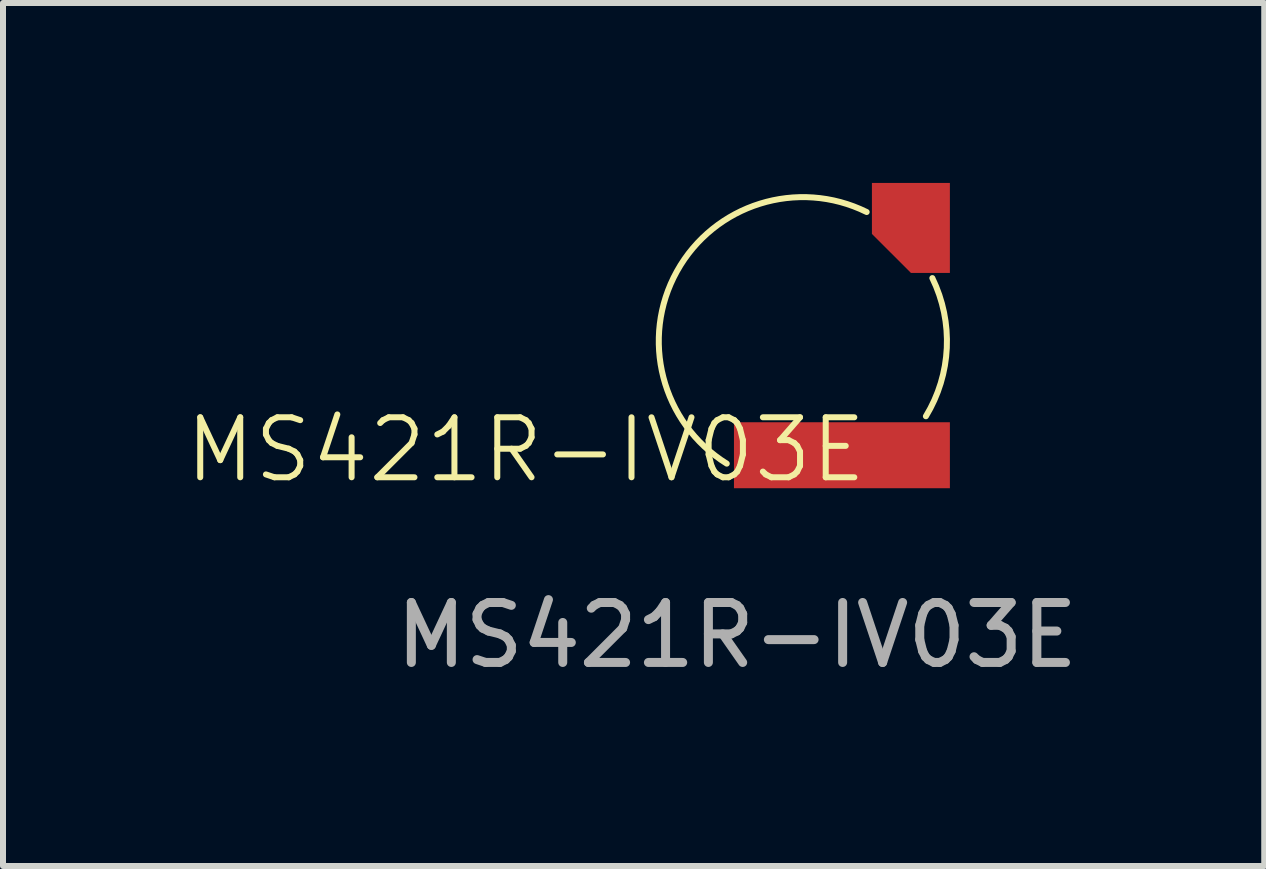
<source format=kicad_pcb>
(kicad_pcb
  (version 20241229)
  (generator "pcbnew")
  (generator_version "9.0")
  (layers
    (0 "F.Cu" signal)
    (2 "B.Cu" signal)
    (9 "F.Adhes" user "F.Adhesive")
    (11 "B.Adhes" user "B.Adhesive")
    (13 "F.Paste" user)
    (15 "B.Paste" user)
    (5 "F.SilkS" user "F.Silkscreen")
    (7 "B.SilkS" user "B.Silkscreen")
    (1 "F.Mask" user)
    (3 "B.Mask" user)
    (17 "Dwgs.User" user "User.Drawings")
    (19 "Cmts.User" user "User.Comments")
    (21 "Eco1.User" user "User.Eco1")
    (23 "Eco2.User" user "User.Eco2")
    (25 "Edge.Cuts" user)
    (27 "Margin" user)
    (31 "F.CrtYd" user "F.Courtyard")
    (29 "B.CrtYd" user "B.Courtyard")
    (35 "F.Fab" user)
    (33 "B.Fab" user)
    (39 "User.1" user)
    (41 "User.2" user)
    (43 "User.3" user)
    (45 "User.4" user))
  (footprint "MS421R-IV03E"
    (layer "F.Cu")
    (at 9.237 5.04)
    (property "Reference" "MS421R-IV03E" (at -3.52 -0.59 0) (unlocked yes) (layer "F.SilkS") (effects (font (size 1 1) (thickness 0.1))))
    (attr smd)
    (fp_arc (start -0.17 -0.360001) (mid -1.000212 -3.567736) (end 2.162624 -4.555302) (stroke (width 0.1) (type default)) (layer "F.SilkS"))
    (fp_arc (start 3.257497 -3.453662) (mid 3.498431 -2.28808) (end 3.15 -1.15) (stroke (width 0.1) (type default)) (layer "F.SilkS"))
    (fp_text user "${REFERENCE}" (at 0 2.5 0) (unlocked yes) (layer "F.Fab") (effects (font (size 1 1) (thickness 0.15))))
    (pad "1" smd roundrect (at 2.9 -4.29) (size 1.3 1.5) (layers "F.Cu" "F.Mask" "F.Paste") (roundrect_rratio 0) (chamfer_ratio 0.5) (chamfer bottom_left))
    (pad "2" smd rect (at 1.75 -0.5) (size 3.6 1.1) (layers "F.Cu" "F.Mask" "F.Paste")))
  (gr_rect
    (start -3 -3)
    (end 18.028 11.388)
    (stroke (width 0.1) (type default))
    (fill no)
    (layer "Edge.Cuts")))
</source>
